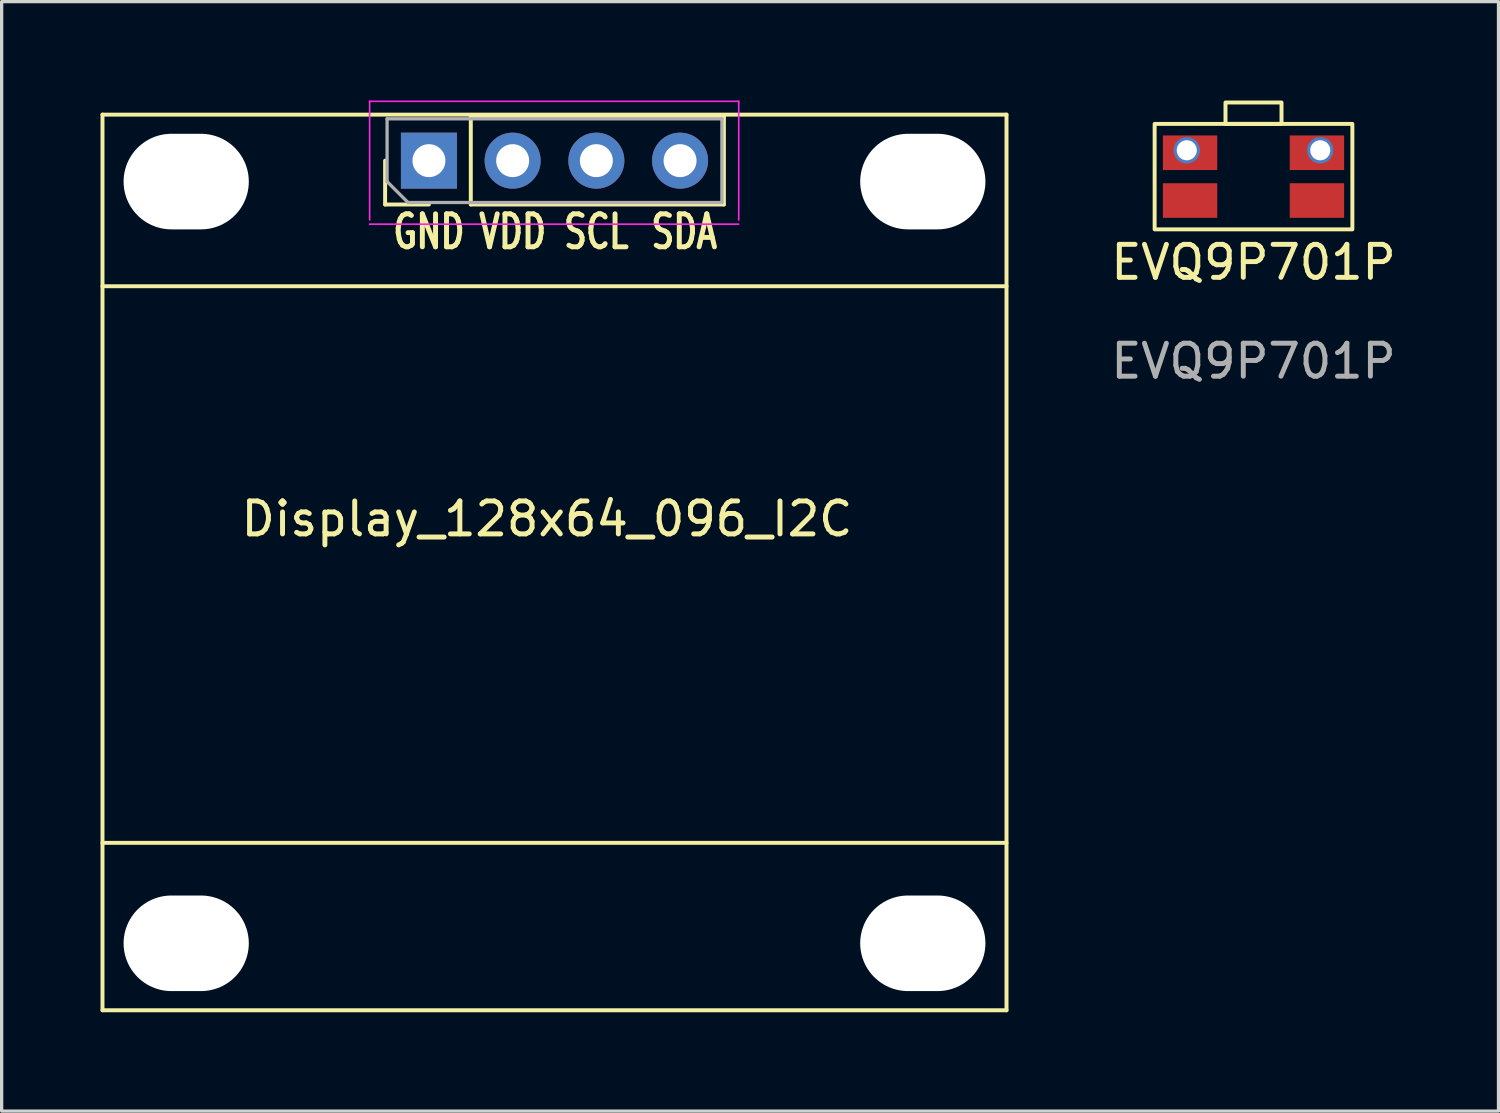
<source format=kicad_pcb>
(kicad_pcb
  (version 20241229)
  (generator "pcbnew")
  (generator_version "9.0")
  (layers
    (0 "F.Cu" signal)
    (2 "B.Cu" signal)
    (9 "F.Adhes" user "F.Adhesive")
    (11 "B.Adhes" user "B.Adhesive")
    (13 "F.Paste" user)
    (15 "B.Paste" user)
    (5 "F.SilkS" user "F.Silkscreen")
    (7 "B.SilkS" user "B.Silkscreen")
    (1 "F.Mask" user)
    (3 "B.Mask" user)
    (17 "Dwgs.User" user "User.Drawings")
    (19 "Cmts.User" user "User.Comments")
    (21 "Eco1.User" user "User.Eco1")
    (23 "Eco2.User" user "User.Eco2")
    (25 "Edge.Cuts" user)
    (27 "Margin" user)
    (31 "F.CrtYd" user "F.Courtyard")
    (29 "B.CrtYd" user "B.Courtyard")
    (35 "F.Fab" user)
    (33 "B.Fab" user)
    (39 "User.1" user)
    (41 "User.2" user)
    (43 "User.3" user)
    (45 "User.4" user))
  (footprint "EVQ9P701P"
    (layer "F.Cu")
    (at 34.987 2.31)
    (property "Reference" "EVQ9P701P" (at 0 2.6 0) (unlocked yes) (layer "F.SilkS") (effects (font (size 1 1) (thickness 0.15))))
    (attr smd)
    (fp_rect (start -3 -1.6) (end 3 1.6) (stroke (width 0.12) (type solid)) (fill no) (layer "F.SilkS"))
    (fp_rect (start -0.85 -2.25) (end 0.85 -1.6) (stroke (width 0.12) (type solid)) (fill no) (layer "F.SilkS"))
    (fp_text user "${REFERENCE}" (at 0 5.6 0) (unlocked yes) (layer "F.Fab") (effects (font (size 1 1) (thickness 0.15))))
    (pad "1" thru_hole circle (at -2.025 -0.8) (size 0.8 0.8) (drill 0.61) (layers "*.Cu" "*.Mask"))
    (pad "1" smd rect (at -1.925 -0.725) (size 1.65 1.05) (layers "F.Cu" "F.Mask" "F.Paste"))
    (pad "1" smd rect (at 1.925 -0.725) (size 1.65 1.05) (layers "F.Cu" "F.Mask" "F.Paste"))
    (pad "1" thru_hole circle (at 2.025 -0.8) (size 0.8 0.8) (drill 0.61) (layers "*.Cu" "*.Mask"))
    (pad "2" smd rect (at -1.925 0.725) (size 1.65 1.05) (layers "F.Cu" "F.Mask" "F.Paste"))
    (pad "2" smd rect (at 1.925 0.725) (size 1.65 1.05) (layers "F.Cu" "F.Mask" "F.Paste")))
  (footprint "Display_128x64_096_I2C"
    (layer "F.Cu")
    (at 13.776 1.825)
    (property "Reference" "Display_128x64_096_I2C" (at -0.229 10.871 0) (layer "F.SilkS") (effects (font (size 1 1) (thickness 0.15))))
    (attr through_hole)
    (fp_line (start -13.716 -1.397) (end 13.716 -1.397) (stroke (width 0.12) (type solid)) (layer "F.SilkS"))
    (fp_line (start -13.716 3.81) (end 13.716 3.81) (stroke (width 0.12) (type solid)) (layer "F.SilkS"))
    (fp_line (start -13.716 20.701) (end 13.716 20.701) (stroke (width 0.12) (type solid)) (layer "F.SilkS"))
    (fp_line (start -13.716 25.781) (end -13.716 -1.397) (stroke (width 0.12) (type solid)) (layer "F.SilkS"))
    (fp_line (start -5.14 1.33) (end -5.14 0) (stroke (width 0.12) (type solid)) (layer "F.SilkS"))
    (fp_line (start -3.81 1.33) (end -5.14 1.33) (stroke (width 0.12) (type solid)) (layer "F.SilkS"))
    (fp_line (start -2.54 -1.33) (end 5.14 -1.33) (stroke (width 0.12) (type solid)) (layer "F.SilkS"))
    (fp_line (start -2.54 1.33) (end -2.54 -1.33) (stroke (width 0.12) (type solid)) (layer "F.SilkS"))
    (fp_line (start -2.54 1.33) (end 5.14 1.33) (stroke (width 0.12) (type solid)) (layer "F.SilkS"))
    (fp_line (start 5.14 1.33) (end 5.14 -1.33) (stroke (width 0.12) (type solid)) (layer "F.SilkS"))
    (fp_line (start 13.716 25.781) (end -13.716 25.781) (stroke (width 0.12) (type solid)) (layer "F.SilkS"))
    (fp_line (start 13.716 25.781) (end 13.716 -1.397) (stroke (width 0.12) (type solid)) (layer "F.SilkS"))
    (fp_line (start -5.61 -1.8) (end -5.61 1.8) (stroke (width 0.05) (type solid)) (layer "F.CrtYd"))
    (fp_line (start -5.61 1.927) (end 5.59 1.927) (stroke (width 0.05) (type solid)) (layer "F.CrtYd"))
    (fp_line (start 5.59 -1.8) (end -5.61 -1.8) (stroke (width 0.05) (type solid)) (layer "F.CrtYd"))
    (fp_line (start 5.59 1.8) (end 5.59 -1.8) (stroke (width 0.05) (type solid)) (layer "F.CrtYd"))
    (fp_line (start -5.08 -1.27) (end 5.08 -1.27) (stroke (width 0.1) (type solid)) (layer "F.Fab"))
    (fp_line (start -5.08 0.635) (end -5.08 -1.27) (stroke (width 0.1) (type solid)) (layer "F.Fab"))
    (fp_line (start -4.445 1.27) (end -5.08 0.635) (stroke (width 0.1) (type solid)) (layer "F.Fab"))
    (fp_line (start 5.08 -1.27) (end 5.08 1.27) (stroke (width 0.1) (type solid)) (layer "F.Fab"))
    (fp_line (start 5.08 1.27) (end -4.445 1.27) (stroke (width 0.1) (type solid)) (layer "F.Fab"))
    (fp_text user "GND" (at -3.81 2.159 0) (layer "F.SilkS") (effects (font (size 1 0.7) (thickness 0.15))))
    (fp_text user "SCL" (at 1.27 2.159 0) (layer "F.SilkS") (effects (font (size 1 0.7) (thickness 0.15))))
    (fp_text user "SDA" (at 3.937 2.159 0) (layer "F.SilkS") (effects (font (size 1 0.7) (thickness 0.15))))
    (fp_text user "VDD" (at -1.27 2.159 0) (layer "F.SilkS") (effects (font (size 1 0.7) (thickness 0.15))))
    (pad "" np_thru_hole oval (at -11.176 0.635) (size 3.8 2.9) (drill oval 3.8 2.9) (layers "*.Cu" "*.Mask"))
    (pad "" np_thru_hole oval (at -11.176 23.749) (size 3.8 2.9) (drill oval 3.8 2.9) (layers "*.Cu" "*.Mask"))
    (pad "" np_thru_hole oval (at 11.176 0.635) (size 3.8 2.9) (drill oval 3.8 2.9) (layers "*.Cu" "*.Mask"))
    (pad "" np_thru_hole oval (at 11.176 23.749) (size 3.8 2.9) (drill oval 3.8 2.9) (layers "*.Cu" "*.Mask"))
    (pad "1" thru_hole rect (at -3.81 0 90) (size 1.7 1.7) (drill 1) (layers "*.Cu" "*.Mask"))
    (pad "2" thru_hole oval (at -1.27 0 90) (size 1.7 1.7) (drill 1) (layers "*.Cu" "*.Mask"))
    (pad "3" thru_hole oval (at 1.27 0 90) (size 1.7 1.7) (drill 1) (layers "*.Cu" "*.Mask"))
    (pad "4" thru_hole oval (at 3.81 0 90) (size 1.7 1.7) (drill 1) (layers "*.Cu" "*.Mask")))
  (gr_rect
    (start -3 -3)
    (end 42.421 30.666)
    (stroke (width 0.1) (type default))
    (fill no)
    (layer "Edge.Cuts")))
</source>
